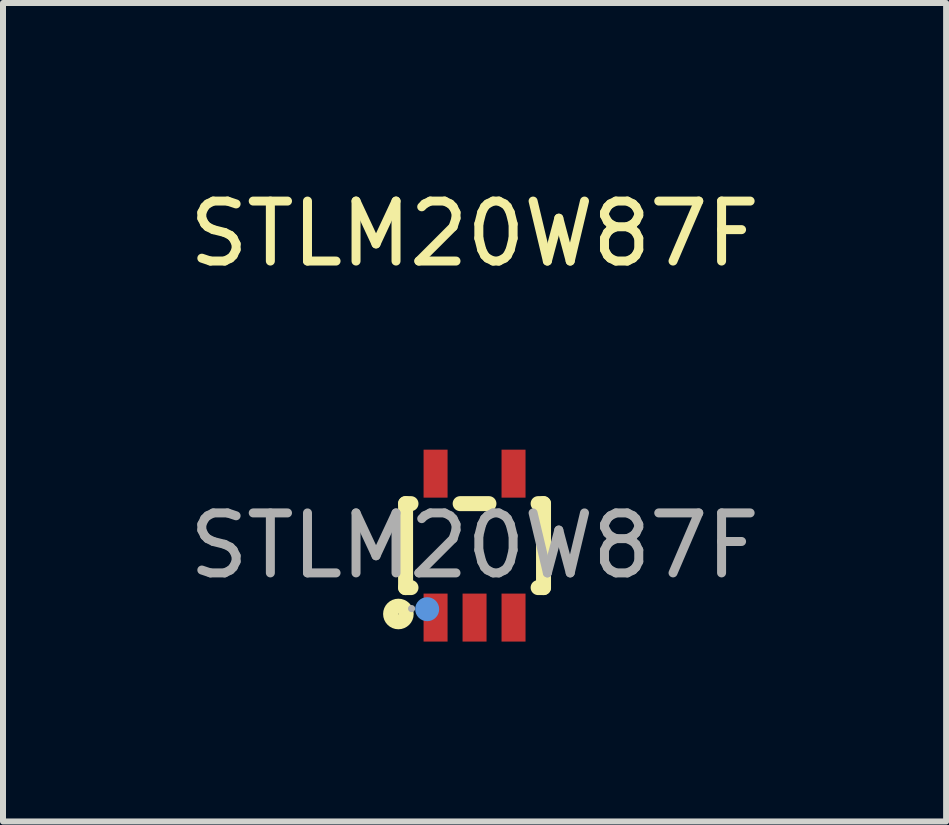
<source format=kicad_pcb>
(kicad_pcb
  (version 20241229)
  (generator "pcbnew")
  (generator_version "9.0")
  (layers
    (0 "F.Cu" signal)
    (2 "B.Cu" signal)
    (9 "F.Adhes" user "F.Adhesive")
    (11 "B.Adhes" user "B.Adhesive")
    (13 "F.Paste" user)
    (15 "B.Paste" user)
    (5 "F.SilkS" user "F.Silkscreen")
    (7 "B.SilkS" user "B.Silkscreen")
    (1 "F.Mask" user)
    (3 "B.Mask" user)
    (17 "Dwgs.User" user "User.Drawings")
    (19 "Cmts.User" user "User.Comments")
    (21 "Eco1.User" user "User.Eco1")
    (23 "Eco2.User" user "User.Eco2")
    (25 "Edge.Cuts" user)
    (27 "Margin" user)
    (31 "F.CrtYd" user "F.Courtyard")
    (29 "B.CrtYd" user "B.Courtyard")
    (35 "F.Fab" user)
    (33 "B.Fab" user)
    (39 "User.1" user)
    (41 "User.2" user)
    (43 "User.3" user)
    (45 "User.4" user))
  (footprint "STLM20W87F"
    (layer "F.Cu")
    (at 4.863 6.048)
    (property "Reference" "STLM20W87F" (at 0 -5.2 0) (layer "F.SilkS") (effects (font (size 1 1) (thickness 0.15))))
    (attr smd)
    (fp_line (start -1.15 -0.7) (end -1.15 0.7) (stroke (width 0.25) (type solid)) (layer "F.SilkS"))
    (fp_line (start -1.15 -0.7) (end -1.06 -0.7) (stroke (width 0.25) (type solid)) (layer "F.SilkS"))
    (fp_line (start -1.15 0.7) (end -1.06 0.7) (stroke (width 0.25) (type solid)) (layer "F.SilkS"))
    (fp_line (start -0.24 -0.7) (end 0.24 -0.7) (stroke (width 0.25) (type solid)) (layer "F.SilkS"))
    (fp_line (start 1.06 -0.7) (end 1.15 -0.7) (stroke (width 0.25) (type solid)) (layer "F.SilkS"))
    (fp_line (start 1.06 0.7) (end 1.15 0.7) (stroke (width 0.25) (type solid)) (layer "F.SilkS"))
    (fp_line (start 1.15 -0.7) (end 1.15 0.7) (stroke (width 0.25) (type solid)) (layer "F.SilkS"))
    (fp_circle (center -1.27 1.14) (end -1.14 1.14) (stroke (width 0.25) (type solid)) (fill no) (layer "F.SilkS"))
    (fp_circle (center -0.79 1.06) (end -0.69 1.06) (stroke (width 0.2) (type solid)) (fill no) (layer "Cmts.User"))
    (fp_circle (center -1.05 1.05) (end -1.02 1.05) (stroke (width 0.06) (type solid)) (fill no) (layer "F.Fab"))
    (fp_text user "${REFERENCE}" (at 0 0 0) (layer "F.Fab") (effects (font (size 1 1) (thickness 0.15))))
    (pad "1" smd rect (at -0.65 1.2) (size 0.4 0.8) (layers "F.Cu" "F.Mask" "F.Paste"))
    (pad "2" smd rect (at 0 1.2) (size 0.4 0.8) (layers "F.Cu" "F.Mask" "F.Paste"))
    (pad "3" smd rect (at 0.65 1.2) (size 0.4 0.8) (layers "F.Cu" "F.Mask" "F.Paste"))
    (pad "4" smd rect (at 0.65 -1.2) (size 0.4 0.8) (layers "F.Cu" "F.Mask" "F.Paste"))
    (pad "5" smd rect (at -0.65 -1.2) (size 0.4 0.8) (layers "F.Cu" "F.Mask" "F.Paste")))
  (gr_rect
    (start -3 -3)
    (end 12.726 10.648)
    (stroke (width 0.1) (type default))
    (fill no)
    (layer "Edge.Cuts")))
</source>
